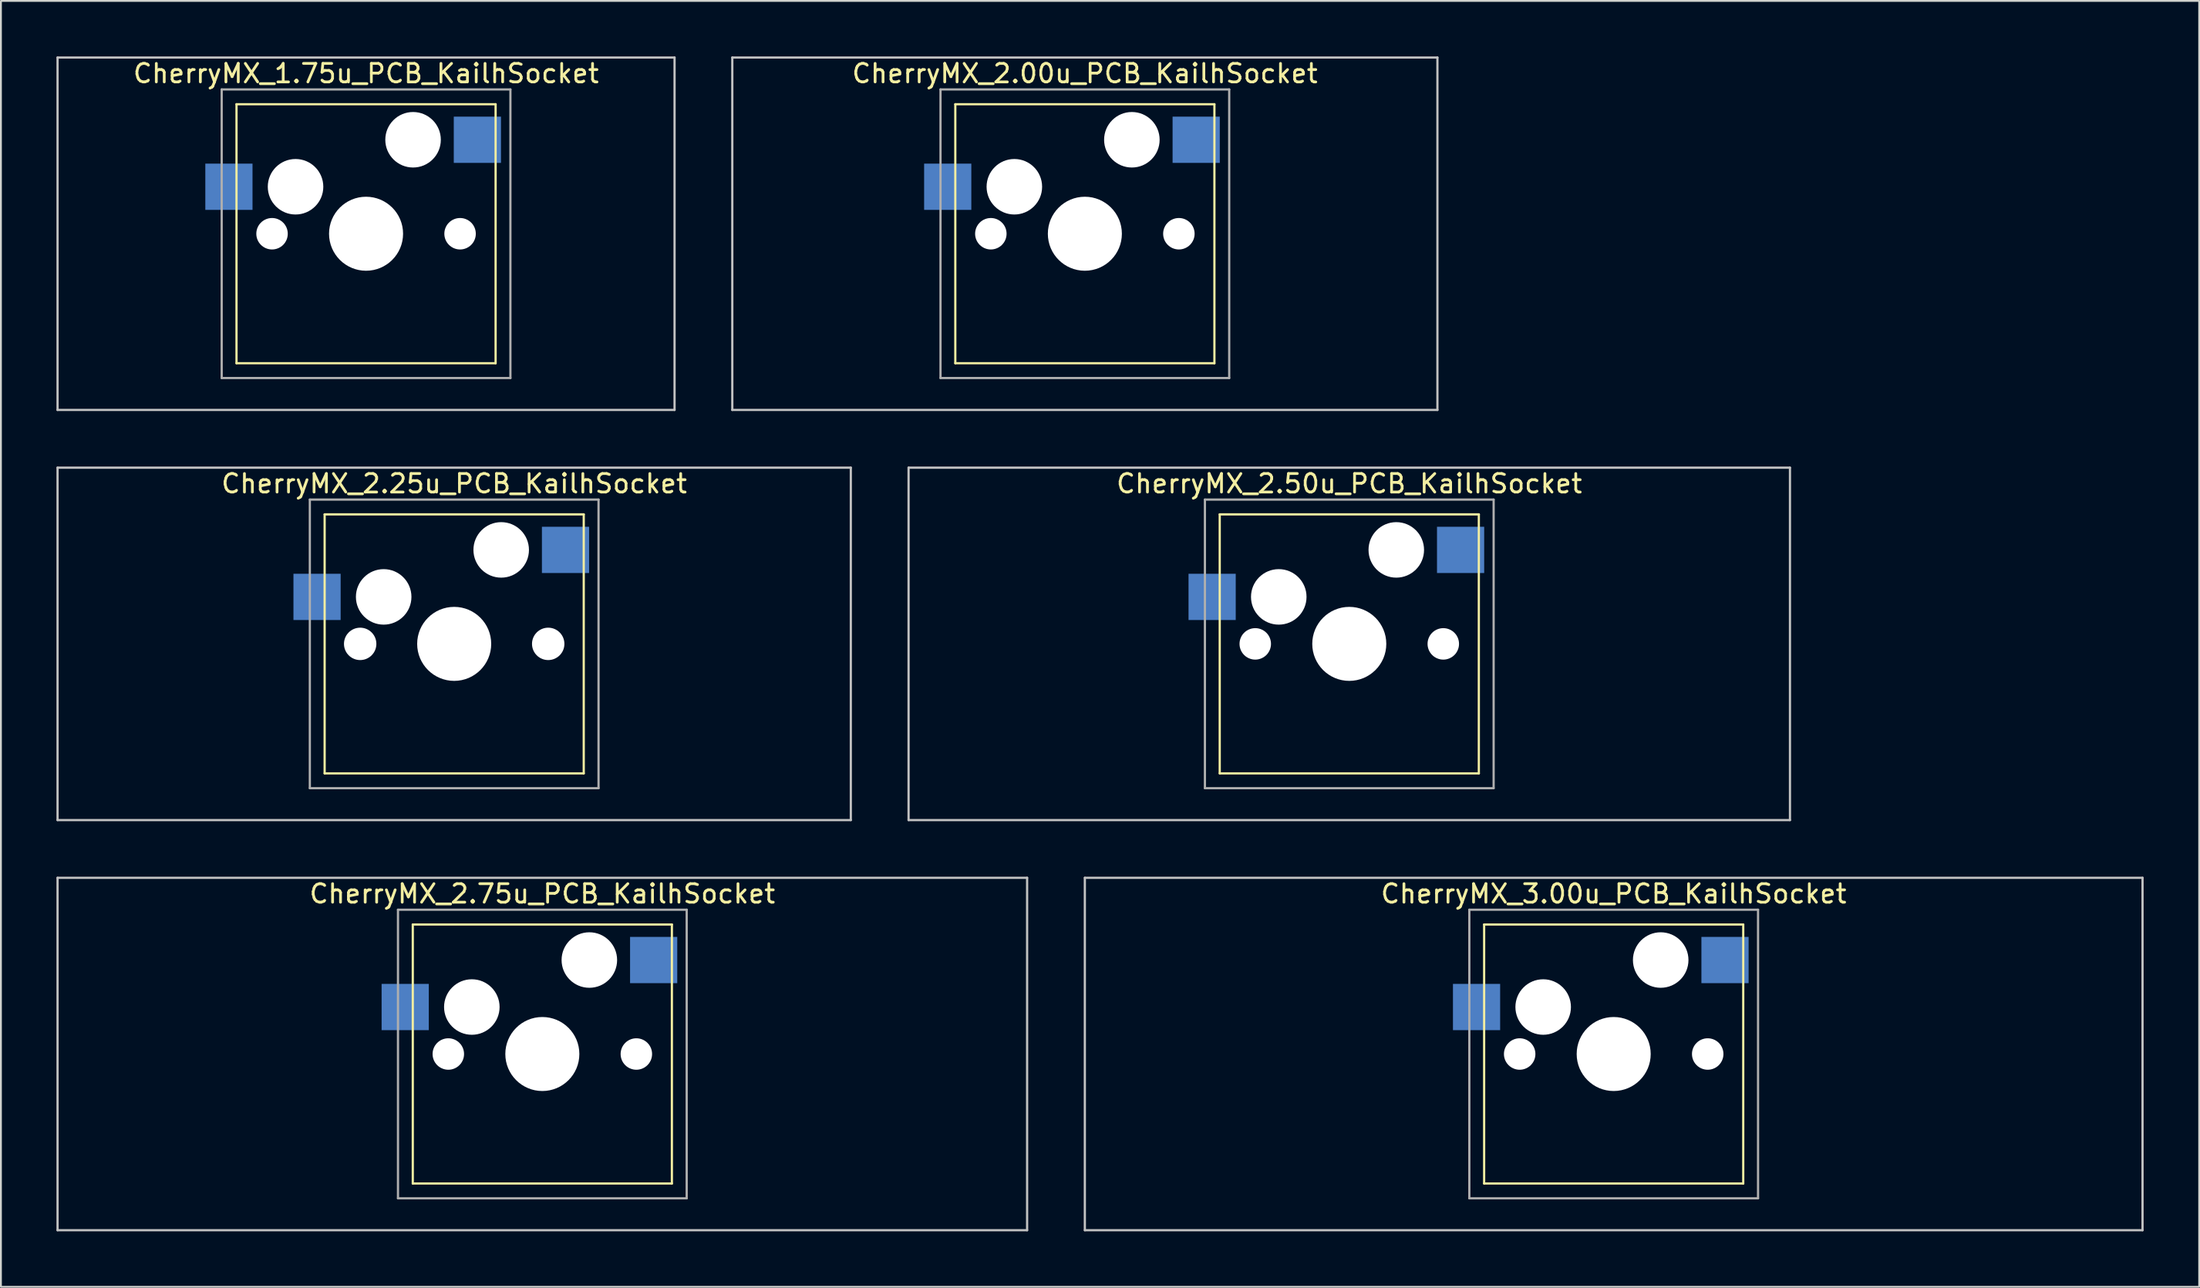
<source format=kicad_pcb>
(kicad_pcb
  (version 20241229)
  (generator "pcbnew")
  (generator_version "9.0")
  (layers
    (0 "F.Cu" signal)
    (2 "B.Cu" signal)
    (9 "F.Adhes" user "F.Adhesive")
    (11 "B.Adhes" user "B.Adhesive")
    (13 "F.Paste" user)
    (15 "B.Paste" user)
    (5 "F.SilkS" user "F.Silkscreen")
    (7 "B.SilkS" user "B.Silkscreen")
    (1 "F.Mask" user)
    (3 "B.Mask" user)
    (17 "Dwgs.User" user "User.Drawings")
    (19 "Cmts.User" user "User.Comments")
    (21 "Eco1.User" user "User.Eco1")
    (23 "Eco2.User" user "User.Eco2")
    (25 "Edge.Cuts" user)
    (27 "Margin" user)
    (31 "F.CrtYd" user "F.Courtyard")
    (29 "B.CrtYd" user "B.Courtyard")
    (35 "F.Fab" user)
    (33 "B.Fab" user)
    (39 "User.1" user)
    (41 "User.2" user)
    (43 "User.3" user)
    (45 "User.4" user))
  (footprint "CherryMX_2.75u_PCB_KailhSocket"
    (layer "F.Cu")
    (at 26.254 53.925)
    (property "Reference" "CherryMX_2.75u_PCB_KailhSocket" (at 0 -8.662 0) (layer "F.SilkS") (effects (font (size 1 1) (thickness 0.15))))
    (attr through_hole)
    (fp_line (start -7 -7) (end -7 7) (stroke (width 0.12) (type solid)) (layer "F.SilkS"))
    (fp_line (start -7 -7) (end 7 -7) (stroke (width 0.12) (type solid)) (layer "F.SilkS"))
    (fp_line (start 7 -7) (end 7 7) (stroke (width 0.12) (type solid)) (layer "F.SilkS"))
    (fp_line (start 7 7) (end -7 7) (stroke (width 0.12) (type solid)) (layer "F.SilkS"))
    (fp_line (start -26.194 -9.525) (end 26.194 -9.525) (stroke (width 0.12) (type solid)) (layer "Dwgs.User"))
    (fp_line (start -26.194 9.525) (end -26.194 -9.525) (stroke (width 0.12) (type solid)) (layer "Dwgs.User"))
    (fp_line (start 26.194 -9.525) (end 26.194 9.525) (stroke (width 0.12) (type solid)) (layer "Dwgs.User"))
    (fp_line (start 26.194 9.525) (end -26.194 9.525) (stroke (width 0.12) (type solid)) (layer "Dwgs.User"))
    (fp_line (start -7.8 -7.8) (end -7.8 7.8) (stroke (width 0.12) (type solid)) (layer "F.Fab"))
    (fp_line (start -7.8 -7.8) (end 7.8 -7.8) (stroke (width 0.12) (type solid)) (layer "F.Fab"))
    (fp_line (start -7.8 7.8) (end 7.8 7.8) (stroke (width 0.12) (type solid)) (layer "F.Fab"))
    (fp_line (start 7.8 -7.8) (end 7.8 7.8) (stroke (width 0.12) (type solid)) (layer "F.Fab"))
    (pad "" np_thru_hole circle (at -5.08 0) (size 1.7 1.7) (drill 1.7) (layers "*.Cu" "*.Mask"))
    (pad "" np_thru_hole circle (at -3.81 -2.54) (size 3 3) (drill 3) (layers "*.Cu" "*.Mask"))
    (pad "" np_thru_hole circle (at 0 0) (size 4 4) (drill 4) (layers "*.Cu" "*.Mask"))
    (pad "" np_thru_hole circle (at 2.54 -5.08) (size 3 3) (drill 3) (layers "*.Cu" "*.Mask"))
    (pad "" np_thru_hole circle (at 5.08 0) (size 1.7 1.7) (drill 1.7) (layers "*.Cu" "*.Mask"))
    (pad "1" smd rect (at -7.41 -2.54) (size 2.55 2.5) (layers "B.Cu" "B.Mask" "B.Paste"))
    (pad "2" smd rect (at 6.015 -5.08) (size 2.55 2.5) (layers "B.Cu" "B.Mask" "B.Paste")))
  (footprint "CherryMX_2.00u_PCB_KailhSocket"
    (layer "F.Cu")
    (at 55.568 9.585)
    (property "Reference" "CherryMX_2.00u_PCB_KailhSocket" (at 0 -8.662 0) (layer "F.SilkS") (effects (font (size 1 1) (thickness 0.15))))
    (attr through_hole)
    (fp_line (start -7 -7) (end -7 7) (stroke (width 0.12) (type solid)) (layer "F.SilkS"))
    (fp_line (start -7 -7) (end 7 -7) (stroke (width 0.12) (type solid)) (layer "F.SilkS"))
    (fp_line (start 7 -7) (end 7 7) (stroke (width 0.12) (type solid)) (layer "F.SilkS"))
    (fp_line (start 7 7) (end -7 7) (stroke (width 0.12) (type solid)) (layer "F.SilkS"))
    (fp_line (start -19.05 -9.525) (end 19.05 -9.525) (stroke (width 0.12) (type solid)) (layer "Dwgs.User"))
    (fp_line (start -19.05 9.525) (end -19.05 -9.525) (stroke (width 0.12) (type solid)) (layer "Dwgs.User"))
    (fp_line (start 19.05 -9.525) (end 19.05 9.525) (stroke (width 0.12) (type solid)) (layer "Dwgs.User"))
    (fp_line (start 19.05 9.525) (end -19.05 9.525) (stroke (width 0.12) (type solid)) (layer "Dwgs.User"))
    (fp_line (start -7.8 -7.8) (end -7.8 7.8) (stroke (width 0.12) (type solid)) (layer "F.Fab"))
    (fp_line (start -7.8 -7.8) (end 7.8 -7.8) (stroke (width 0.12) (type solid)) (layer "F.Fab"))
    (fp_line (start -7.8 7.8) (end 7.8 7.8) (stroke (width 0.12) (type solid)) (layer "F.Fab"))
    (fp_line (start 7.8 -7.8) (end 7.8 7.8) (stroke (width 0.12) (type solid)) (layer "F.Fab"))
    (pad "" np_thru_hole circle (at -5.08 0) (size 1.7 1.7) (drill 1.7) (layers "*.Cu" "*.Mask"))
    (pad "" np_thru_hole circle (at -3.81 -2.54) (size 3 3) (drill 3) (layers "*.Cu" "*.Mask"))
    (pad "" np_thru_hole circle (at 0 0) (size 4 4) (drill 4) (layers "*.Cu" "*.Mask"))
    (pad "" np_thru_hole circle (at 2.54 -5.08) (size 3 3) (drill 3) (layers "*.Cu" "*.Mask"))
    (pad "" np_thru_hole circle (at 5.08 0) (size 1.7 1.7) (drill 1.7) (layers "*.Cu" "*.Mask"))
    (pad "1" smd rect (at -7.41 -2.54) (size 2.55 2.5) (layers "B.Cu" "B.Mask" "B.Paste"))
    (pad "2" smd rect (at 6.015 -5.08) (size 2.55 2.5) (layers "B.Cu" "B.Mask" "B.Paste")))
  (footprint "CherryMX_3.00u_PCB_KailhSocket"
    (layer "F.Cu")
    (at 84.142 53.925)
    (property "Reference" "CherryMX_3.00u_PCB_KailhSocket" (at 0 -8.662 0) (layer "F.SilkS") (effects (font (size 1 1) (thickness 0.15))))
    (attr through_hole)
    (fp_line (start -7 -7) (end -7 7) (stroke (width 0.12) (type solid)) (layer "F.SilkS"))
    (fp_line (start -7 -7) (end 7 -7) (stroke (width 0.12) (type solid)) (layer "F.SilkS"))
    (fp_line (start 7 -7) (end 7 7) (stroke (width 0.12) (type solid)) (layer "F.SilkS"))
    (fp_line (start 7 7) (end -7 7) (stroke (width 0.12) (type solid)) (layer "F.SilkS"))
    (fp_line (start -28.575 -9.525) (end 28.575 -9.525) (stroke (width 0.12) (type solid)) (layer "Dwgs.User"))
    (fp_line (start -28.575 9.525) (end -28.575 -9.525) (stroke (width 0.12) (type solid)) (layer "Dwgs.User"))
    (fp_line (start 28.575 -9.525) (end 28.575 9.525) (stroke (width 0.12) (type solid)) (layer "Dwgs.User"))
    (fp_line (start 28.575 9.525) (end -28.575 9.525) (stroke (width 0.12) (type solid)) (layer "Dwgs.User"))
    (fp_line (start -7.8 -7.8) (end -7.8 7.8) (stroke (width 0.12) (type solid)) (layer "F.Fab"))
    (fp_line (start -7.8 -7.8) (end 7.8 -7.8) (stroke (width 0.12) (type solid)) (layer "F.Fab"))
    (fp_line (start -7.8 7.8) (end 7.8 7.8) (stroke (width 0.12) (type solid)) (layer "F.Fab"))
    (fp_line (start 7.8 -7.8) (end 7.8 7.8) (stroke (width 0.12) (type solid)) (layer "F.Fab"))
    (pad "" np_thru_hole circle (at -5.08 0) (size 1.7 1.7) (drill 1.7) (layers "*.Cu" "*.Mask"))
    (pad "" np_thru_hole circle (at -3.81 -2.54) (size 3 3) (drill 3) (layers "*.Cu" "*.Mask"))
    (pad "" np_thru_hole circle (at 0 0) (size 4 4) (drill 4) (layers "*.Cu" "*.Mask"))
    (pad "" np_thru_hole circle (at 2.54 -5.08) (size 3 3) (drill 3) (layers "*.Cu" "*.Mask"))
    (pad "" np_thru_hole circle (at 5.08 0) (size 1.7 1.7) (drill 1.7) (layers "*.Cu" "*.Mask"))
    (pad "1" smd rect (at -7.41 -2.54) (size 2.55 2.5) (layers "B.Cu" "B.Mask" "B.Paste"))
    (pad "2" smd rect (at 6.015 -5.08) (size 2.55 2.5) (layers "B.Cu" "B.Mask" "B.Paste")))
  (footprint "CherryMX_1.75u_PCB_KailhSocket"
    (layer "F.Cu")
    (at 16.729 9.585)
    (property "Reference" "CherryMX_1.75u_PCB_KailhSocket" (at 0 -8.662 0) (layer "F.SilkS") (effects (font (size 1 1) (thickness 0.15))))
    (attr through_hole)
    (fp_line (start -7 -7) (end -7 7) (stroke (width 0.12) (type solid)) (layer "F.SilkS"))
    (fp_line (start -7 -7) (end 7 -7) (stroke (width 0.12) (type solid)) (layer "F.SilkS"))
    (fp_line (start 7 -7) (end 7 7) (stroke (width 0.12) (type solid)) (layer "F.SilkS"))
    (fp_line (start 7 7) (end -7 7) (stroke (width 0.12) (type solid)) (layer "F.SilkS"))
    (fp_line (start -16.669 -9.525) (end 16.669 -9.525) (stroke (width 0.12) (type solid)) (layer "Dwgs.User"))
    (fp_line (start -16.669 9.525) (end -16.669 -9.525) (stroke (width 0.12) (type solid)) (layer "Dwgs.User"))
    (fp_line (start 16.669 -9.525) (end 16.669 9.525) (stroke (width 0.12) (type solid)) (layer "Dwgs.User"))
    (fp_line (start 16.669 9.525) (end -16.669 9.525) (stroke (width 0.12) (type solid)) (layer "Dwgs.User"))
    (fp_line (start -7.8 -7.8) (end -7.8 7.8) (stroke (width 0.12) (type solid)) (layer "F.Fab"))
    (fp_line (start -7.8 -7.8) (end 7.8 -7.8) (stroke (width 0.12) (type solid)) (layer "F.Fab"))
    (fp_line (start -7.8 7.8) (end 7.8 7.8) (stroke (width 0.12) (type solid)) (layer "F.Fab"))
    (fp_line (start 7.8 -7.8) (end 7.8 7.8) (stroke (width 0.12) (type solid)) (layer "F.Fab"))
    (pad "" np_thru_hole circle (at -5.08 0) (size 1.7 1.7) (drill 1.7) (layers "*.Cu" "*.Mask"))
    (pad "" np_thru_hole circle (at -3.81 -2.54) (size 3 3) (drill 3) (layers "*.Cu" "*.Mask"))
    (pad "" np_thru_hole circle (at 0 0) (size 4 4) (drill 4) (layers "*.Cu" "*.Mask"))
    (pad "" np_thru_hole circle (at 2.54 -5.08) (size 3 3) (drill 3) (layers "*.Cu" "*.Mask"))
    (pad "" np_thru_hole circle (at 5.08 0) (size 1.7 1.7) (drill 1.7) (layers "*.Cu" "*.Mask"))
    (pad "1" smd rect (at -7.41 -2.54) (size 2.55 2.5) (layers "B.Cu" "B.Mask" "B.Paste"))
    (pad "2" smd rect (at 6.015 -5.08) (size 2.55 2.5) (layers "B.Cu" "B.Mask" "B.Paste")))
  (footprint "CherryMX_2.25u_PCB_KailhSocket"
    (layer "F.Cu")
    (at 21.491 31.755)
    (property "Reference" "CherryMX_2.25u_PCB_KailhSocket" (at 0 -8.662 0) (layer "F.SilkS") (effects (font (size 1 1) (thickness 0.15))))
    (attr through_hole)
    (fp_line (start -7 -7) (end -7 7) (stroke (width 0.12) (type solid)) (layer "F.SilkS"))
    (fp_line (start -7 -7) (end 7 -7) (stroke (width 0.12) (type solid)) (layer "F.SilkS"))
    (fp_line (start 7 -7) (end 7 7) (stroke (width 0.12) (type solid)) (layer "F.SilkS"))
    (fp_line (start 7 7) (end -7 7) (stroke (width 0.12) (type solid)) (layer "F.SilkS"))
    (fp_line (start -21.431 -9.525) (end 21.431 -9.525) (stroke (width 0.12) (type solid)) (layer "Dwgs.User"))
    (fp_line (start -21.431 9.525) (end -21.431 -9.525) (stroke (width 0.12) (type solid)) (layer "Dwgs.User"))
    (fp_line (start 21.431 -9.525) (end 21.431 9.525) (stroke (width 0.12) (type solid)) (layer "Dwgs.User"))
    (fp_line (start 21.431 9.525) (end -21.431 9.525) (stroke (width 0.12) (type solid)) (layer "Dwgs.User"))
    (fp_line (start -7.8 -7.8) (end -7.8 7.8) (stroke (width 0.12) (type solid)) (layer "F.Fab"))
    (fp_line (start -7.8 -7.8) (end 7.8 -7.8) (stroke (width 0.12) (type solid)) (layer "F.Fab"))
    (fp_line (start -7.8 7.8) (end 7.8 7.8) (stroke (width 0.12) (type solid)) (layer "F.Fab"))
    (fp_line (start 7.8 -7.8) (end 7.8 7.8) (stroke (width 0.12) (type solid)) (layer "F.Fab"))
    (pad "" np_thru_hole circle (at -5.08 0) (size 1.75 1.75) (drill 1.75) (layers "*.Cu" "*.Mask"))
    (pad "" np_thru_hole circle (at -3.81 -2.54) (size 3 3) (drill 3) (layers "*.Cu" "*.Mask"))
    (pad "" np_thru_hole circle (at 0 0) (size 4 4) (drill 4) (layers "*.Cu" "*.Mask"))
    (pad "" np_thru_hole circle (at 2.54 -5.08) (size 3 3) (drill 3) (layers "*.Cu" "*.Mask"))
    (pad "" np_thru_hole circle (at 5.08 0) (size 1.75 1.75) (drill 1.75) (layers "*.Cu" "*.Mask"))
    (pad "1" smd rect (at -7.41 -2.54) (size 2.55 2.5) (layers "B.Cu" "B.Mask" "B.Paste"))
    (pad "2" smd rect (at 6.015 -5.08) (size 2.55 2.5) (layers "B.Cu" "B.Mask" "B.Paste")))
  (footprint "CherryMX_2.50u_PCB_KailhSocket"
    (layer "F.Cu")
    (at 69.855 31.755)
    (property "Reference" "CherryMX_2.50u_PCB_KailhSocket" (at 0 -8.662 0) (layer "F.SilkS") (effects (font (size 1 1) (thickness 0.15))))
    (attr through_hole)
    (fp_line (start -7 -7) (end -7 7) (stroke (width 0.12) (type solid)) (layer "F.SilkS"))
    (fp_line (start -7 -7) (end 7 -7) (stroke (width 0.12) (type solid)) (layer "F.SilkS"))
    (fp_line (start 7 -7) (end 7 7) (stroke (width 0.12) (type solid)) (layer "F.SilkS"))
    (fp_line (start 7 7) (end -7 7) (stroke (width 0.12) (type solid)) (layer "F.SilkS"))
    (fp_line (start -23.812 -9.525) (end 23.812 -9.525) (stroke (width 0.12) (type solid)) (layer "Dwgs.User"))
    (fp_line (start -23.812 9.525) (end -23.812 -9.525) (stroke (width 0.12) (type solid)) (layer "Dwgs.User"))
    (fp_line (start 23.812 -9.525) (end 23.812 9.525) (stroke (width 0.12) (type solid)) (layer "Dwgs.User"))
    (fp_line (start 23.812 9.525) (end -23.812 9.525) (stroke (width 0.12) (type solid)) (layer "Dwgs.User"))
    (fp_line (start -7.8 -7.8) (end -7.8 7.8) (stroke (width 0.12) (type solid)) (layer "F.Fab"))
    (fp_line (start -7.8 -7.8) (end 7.8 -7.8) (stroke (width 0.12) (type solid)) (layer "F.Fab"))
    (fp_line (start -7.8 7.8) (end 7.8 7.8) (stroke (width 0.12) (type solid)) (layer "F.Fab"))
    (fp_line (start 7.8 -7.8) (end 7.8 7.8) (stroke (width 0.12) (type solid)) (layer "F.Fab"))
    (pad "" np_thru_hole circle (at -5.08 0) (size 1.7 1.7) (drill 1.7) (layers "*.Cu" "*.Mask"))
    (pad "" np_thru_hole circle (at -3.81 -2.54) (size 3 3) (drill 3) (layers "*.Cu" "*.Mask"))
    (pad "" np_thru_hole circle (at 0 0) (size 4 4) (drill 4) (layers "*.Cu" "*.Mask"))
    (pad "" np_thru_hole circle (at 2.54 -5.08) (size 3 3) (drill 3) (layers "*.Cu" "*.Mask"))
    (pad "" np_thru_hole circle (at 5.08 0) (size 1.7 1.7) (drill 1.7) (layers "*.Cu" "*.Mask"))
    (pad "1" smd rect (at -7.41 -2.54) (size 2.55 2.5) (layers "B.Cu" "B.Mask" "B.Paste"))
    (pad "2" smd rect (at 6.015 -5.08) (size 2.55 2.5) (layers "B.Cu" "B.Mask" "B.Paste")))
  (gr_rect
    (start -3 -3)
    (end 115.778 66.51)
    (stroke (width 0.1) (type default))
    (fill no)
    (layer "Edge.Cuts")))
</source>
